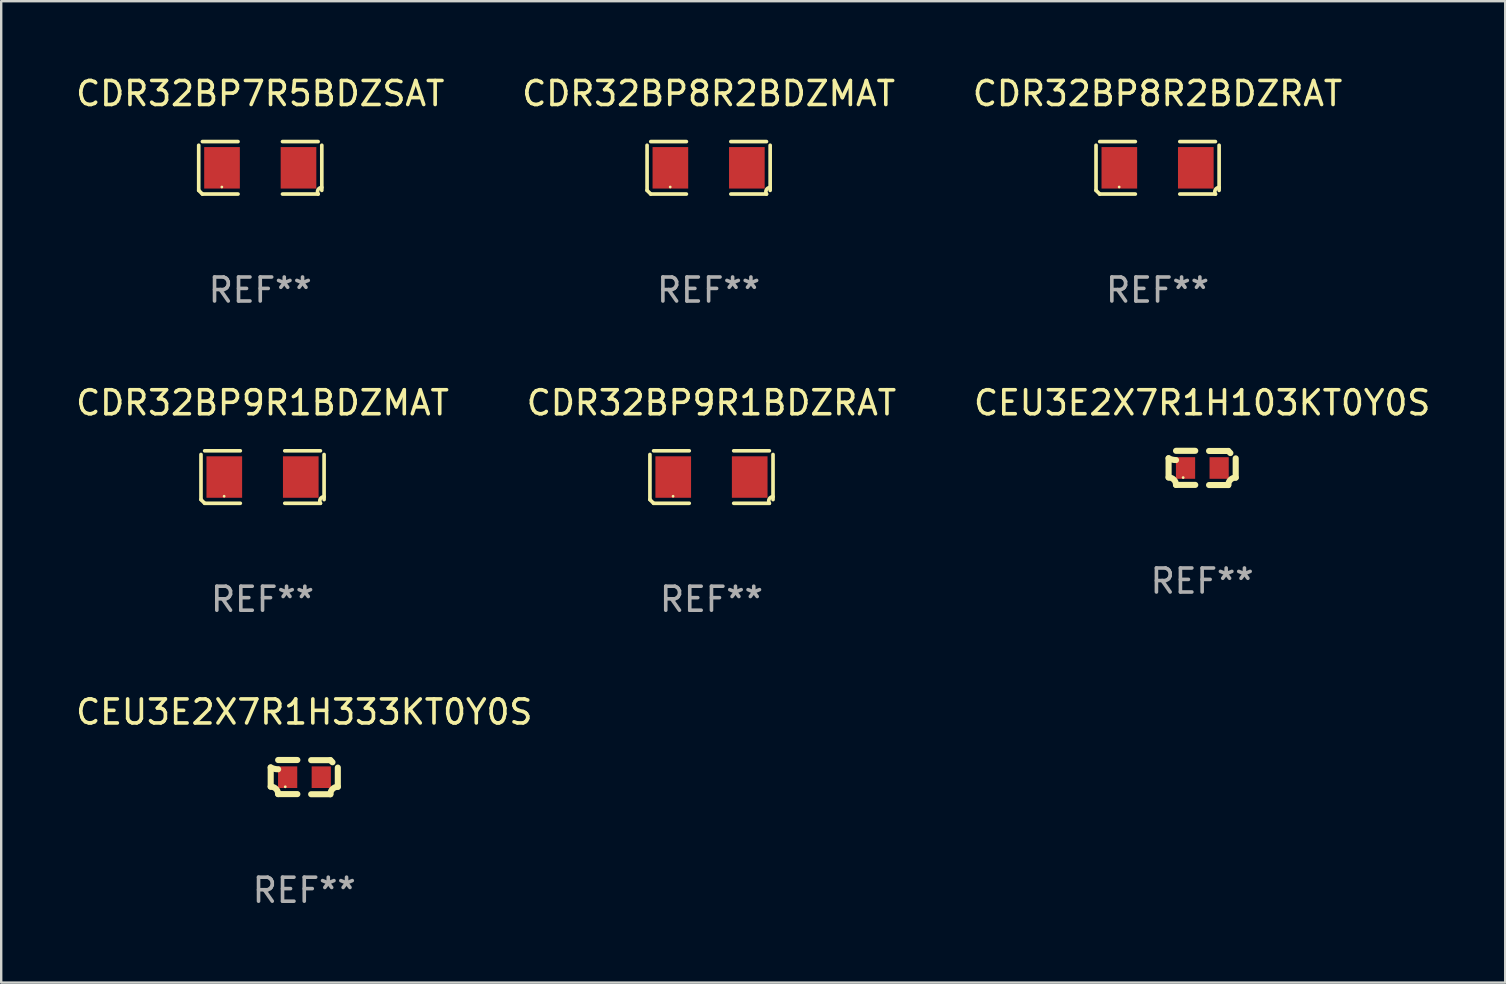
<source format=kicad_pcb>
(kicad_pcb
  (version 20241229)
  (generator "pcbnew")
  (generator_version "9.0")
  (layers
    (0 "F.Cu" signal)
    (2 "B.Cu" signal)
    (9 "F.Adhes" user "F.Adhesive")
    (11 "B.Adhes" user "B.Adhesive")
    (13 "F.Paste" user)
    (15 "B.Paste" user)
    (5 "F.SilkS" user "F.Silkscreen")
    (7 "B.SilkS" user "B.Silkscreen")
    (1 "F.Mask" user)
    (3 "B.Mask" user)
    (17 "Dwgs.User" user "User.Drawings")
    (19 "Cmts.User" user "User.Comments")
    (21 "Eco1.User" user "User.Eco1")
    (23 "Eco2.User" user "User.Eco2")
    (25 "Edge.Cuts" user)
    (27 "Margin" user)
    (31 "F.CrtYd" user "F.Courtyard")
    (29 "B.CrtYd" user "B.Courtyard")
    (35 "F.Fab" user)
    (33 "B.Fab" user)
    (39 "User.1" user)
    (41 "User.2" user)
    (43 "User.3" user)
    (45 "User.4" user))
  (footprint "CDR32BP9R1BDZMAT"
    (layer "F.Cu")
    (at 7.887 16.823)
    (property "Reference" "CDR32BP9R1BDZMAT" (at 0 -3.093 0) (layer "F.SilkS") (effects (font (size 1 1) (thickness 0.15))))
    (attr through_hole)
    (fp_line (start -2.564 0.94) (end -2.564 -0.94) (stroke (width 0.152) (type solid)) (layer "F.SilkS"))
    (fp_line (start -2.411 -1.093) (end -0.926 -1.093) (stroke (width 0.152) (type solid)) (layer "F.SilkS"))
    (fp_line (start -0.926 1.093) (end -2.411 1.093) (stroke (width 0.152) (type solid)) (layer "F.SilkS"))
    (fp_line (start 0.926 1.093) (end 2.411 1.093) (stroke (width 0.152) (type solid)) (layer "F.SilkS"))
    (fp_line (start 2.411 -1.093) (end 0.926 -1.093) (stroke (width 0.152) (type solid)) (layer "F.SilkS"))
    (fp_line (start 2.564 0.94) (end 2.564 -0.94) (stroke (width 0.152) (type solid)) (layer "F.SilkS"))
    (fp_arc (start -2.411201 1.092609) (mid -2.487413 1.01642) (end -2.563602 0.940208) (stroke (width 0.1524) (type solid)) (layer "F.SilkS"))
    (fp_arc (start 2.411201 1.092609) (mid 2.407159 0.911226) (end 2.563602 0.819347) (stroke (width 0.1524) (type solid)) (layer "F.SilkS"))
    (fp_circle (center -1.6 0.8) (end -1.57 0.8) (stroke (width 0.06) (type solid)) (fill no) (layer "F.SilkS"))
    (fp_text user "REF**" (at 0 5.093 0) (layer "F.Fab") (effects (font (size 1 1) (thickness 0.15))))
    (pad "1" smd rect (at -1.593 0) (size 1.485 1.728) (layers "F.Cu" "F.Mask" "F.Paste"))
    (pad "2" smd rect (at 1.593 0) (size 1.485 1.728) (layers "F.Cu" "F.Mask" "F.Paste")))
  (footprint "CEU3E2X7R1H333KT0Y0S"
    (layer "F.Cu")
    (at 9.625 29.324)
    (property "Reference" "CEU3E2X7R1H333KT0Y0S" (at 0 -2.713 0) (layer "F.SilkS") (effects (font (size 1 1) (thickness 0.15))))
    (attr through_hole)
    (fp_line (start -1.398 -0.403) (end -1.398 0.397) (stroke (width 0.254) (type solid)) (layer "F.SilkS"))
    (fp_line (start -0.288 -0.713) (end -1.088 -0.713) (stroke (width 0.254) (type solid)) (layer "F.SilkS"))
    (fp_line (start -0.288 0.707) (end -1.088 0.707) (stroke (width 0.254) (type solid)) (layer "F.SilkS"))
    (fp_line (start 0.288 -0.707) (end 1.088 -0.707) (stroke (width 0.254) (type solid)) (layer "F.SilkS"))
    (fp_line (start 0.288 0.713) (end 1.088 0.713) (stroke (width 0.254) (type solid)) (layer "F.SilkS"))
    (fp_line (start 1.398 -0.397) (end 1.398 0.403) (stroke (width 0.254) (type solid)) (layer "F.SilkS"))
    (fp_arc (start -1.397789 0.397066) (mid -1.178701 0.487826) (end -1.08796 0.706922) (stroke (width 0.254001) (type solid)) (layer "F.SilkS"))
    (fp_arc (start -1.08796 -0.327176) (mid -1.247436 -0.346384) (end -1.39779 -0.402908) (stroke (width 0.254001) (type solid)) (layer "F.SilkS"))
    (fp_arc (start 1.087909 0.712738) (mid 1.178656 0.493655) (end 1.397739 0.402908) (stroke (width 0.254001) (type solid)) (layer "F.SilkS"))
    (fp_arc (start 1.175925 -0.618926) (mid 1.131917 -0.662923) (end 1.08791 -0.706922) (stroke (width 0.254001) (type solid)) (layer "F.SilkS"))
    (fp_circle (center -0.792 0.403) (end -0.762 0.403) (stroke (width 0.06) (type solid)) (fill no) (layer "F.SilkS"))
    (fp_text user "REF**" (at 0 4.713 0) (layer "F.Fab") (effects (font (size 1 1) (thickness 0.15))))
    (pad "1" smd rect (at -0.692 0.003) (size 0.8 0.9) (layers "F.Cu" "F.Mask" "F.Paste"))
    (pad "2" smd rect (at 0.708 0.003) (size 0.8 0.9) (layers "F.Cu" "F.Mask" "F.Paste")))
  (footprint "CDR32BP8R2BDZRAT"
    (layer "F.Cu")
    (at 45.173 3.941)
    (property "Reference" "CDR32BP8R2BDZRAT" (at 0 -3.093 0) (layer "F.SilkS") (effects (font (size 1 1) (thickness 0.15))))
    (attr through_hole)
    (fp_line (start -2.564 0.94) (end -2.564 -0.94) (stroke (width 0.152) (type solid)) (layer "F.SilkS"))
    (fp_line (start -2.411 -1.093) (end -0.926 -1.093) (stroke (width 0.152) (type solid)) (layer "F.SilkS"))
    (fp_line (start -0.926 1.093) (end -2.411 1.093) (stroke (width 0.152) (type solid)) (layer "F.SilkS"))
    (fp_line (start 0.926 1.093) (end 2.411 1.093) (stroke (width 0.152) (type solid)) (layer "F.SilkS"))
    (fp_line (start 2.411 -1.093) (end 0.926 -1.093) (stroke (width 0.152) (type solid)) (layer "F.SilkS"))
    (fp_line (start 2.564 0.94) (end 2.564 -0.94) (stroke (width 0.152) (type solid)) (layer "F.SilkS"))
    (fp_arc (start -2.411201 1.092609) (mid -2.487413 1.01642) (end -2.563602 0.940208) (stroke (width 0.1524) (type solid)) (layer "F.SilkS"))
    (fp_arc (start 2.411201 1.092609) (mid 2.407159 0.911226) (end 2.563602 0.819347) (stroke (width 0.1524) (type solid)) (layer "F.SilkS"))
    (fp_circle (center -1.6 0.8) (end -1.57 0.8) (stroke (width 0.06) (type solid)) (fill no) (layer "F.SilkS"))
    (fp_text user "REF**" (at 0 5.093 0) (layer "F.Fab") (effects (font (size 1 1) (thickness 0.15))))
    (pad "1" smd rect (at -1.593 0) (size 1.485 1.728) (layers "F.Cu" "F.Mask" "F.Paste"))
    (pad "2" smd rect (at 1.593 0) (size 1.485 1.728) (layers "F.Cu" "F.Mask" "F.Paste")))
  (footprint "CEU3E2X7R1H103KT0Y0S"
    (layer "F.Cu")
    (at 47.03 16.443)
    (property "Reference" "CEU3E2X7R1H103KT0Y0S" (at 0 -2.713 0) (layer "F.SilkS") (effects (font (size 1 1) (thickness 0.15))))
    (attr through_hole)
    (fp_line (start -1.398 -0.403) (end -1.398 0.397) (stroke (width 0.254) (type solid)) (layer "F.SilkS"))
    (fp_line (start -0.288 -0.713) (end -1.088 -0.713) (stroke (width 0.254) (type solid)) (layer "F.SilkS"))
    (fp_line (start -0.288 0.707) (end -1.088 0.707) (stroke (width 0.254) (type solid)) (layer "F.SilkS"))
    (fp_line (start 0.288 -0.707) (end 1.088 -0.707) (stroke (width 0.254) (type solid)) (layer "F.SilkS"))
    (fp_line (start 0.288 0.713) (end 1.088 0.713) (stroke (width 0.254) (type solid)) (layer "F.SilkS"))
    (fp_line (start 1.398 -0.397) (end 1.398 0.403) (stroke (width 0.254) (type solid)) (layer "F.SilkS"))
    (fp_arc (start -1.397789 0.397066) (mid -1.178701 0.487826) (end -1.08796 0.706922) (stroke (width 0.254001) (type solid)) (layer "F.SilkS"))
    (fp_arc (start -1.08796 -0.327176) (mid -1.247436 -0.346384) (end -1.39779 -0.402908) (stroke (width 0.254001) (type solid)) (layer "F.SilkS"))
    (fp_arc (start 1.087909 0.712738) (mid 1.178656 0.493655) (end 1.397739 0.402908) (stroke (width 0.254001) (type solid)) (layer "F.SilkS"))
    (fp_arc (start 1.175925 -0.618926) (mid 1.131917 -0.662923) (end 1.08791 -0.706922) (stroke (width 0.254001) (type solid)) (layer "F.SilkS"))
    (fp_circle (center -0.792 0.403) (end -0.762 0.403) (stroke (width 0.06) (type solid)) (fill no) (layer "F.SilkS"))
    (fp_text user "REF**" (at 0 4.713 0) (layer "F.Fab") (effects (font (size 1 1) (thickness 0.15))))
    (pad "1" smd rect (at -0.692 0.003) (size 0.8 0.9) (layers "F.Cu" "F.Mask" "F.Paste"))
    (pad "2" smd rect (at 0.708 0.003) (size 0.8 0.9) (layers "F.Cu" "F.Mask" "F.Paste")))
  (footprint "CDR32BP7R5BDZSAT"
    (layer "F.Cu")
    (at 7.792 3.941)
    (property "Reference" "CDR32BP7R5BDZSAT" (at 0 -3.093 0) (layer "F.SilkS") (effects (font (size 1 1) (thickness 0.15))))
    (attr through_hole)
    (fp_line (start -2.564 0.94) (end -2.564 -0.94) (stroke (width 0.152) (type solid)) (layer "F.SilkS"))
    (fp_line (start -2.411 -1.093) (end -0.926 -1.093) (stroke (width 0.152) (type solid)) (layer "F.SilkS"))
    (fp_line (start -0.926 1.093) (end -2.411 1.093) (stroke (width 0.152) (type solid)) (layer "F.SilkS"))
    (fp_line (start 0.926 1.093) (end 2.411 1.093) (stroke (width 0.152) (type solid)) (layer "F.SilkS"))
    (fp_line (start 2.411 -1.093) (end 0.926 -1.093) (stroke (width 0.152) (type solid)) (layer "F.SilkS"))
    (fp_line (start 2.564 0.94) (end 2.564 -0.94) (stroke (width 0.152) (type solid)) (layer "F.SilkS"))
    (fp_arc (start -2.411201 1.092609) (mid -2.487413 1.01642) (end -2.563602 0.940208) (stroke (width 0.1524) (type solid)) (layer "F.SilkS"))
    (fp_arc (start 2.411201 1.092609) (mid 2.407159 0.911226) (end 2.563602 0.819347) (stroke (width 0.1524) (type solid)) (layer "F.SilkS"))
    (fp_circle (center -1.6 0.8) (end -1.57 0.8) (stroke (width 0.06) (type solid)) (fill no) (layer "F.SilkS"))
    (fp_text user "REF**" (at 0 5.093 0) (layer "F.Fab") (effects (font (size 1 1) (thickness 0.15))))
    (pad "1" smd rect (at -1.593 0) (size 1.485 1.728) (layers "F.Cu" "F.Mask" "F.Paste"))
    (pad "2" smd rect (at 1.593 0) (size 1.485 1.728) (layers "F.Cu" "F.Mask" "F.Paste")))
  (footprint "CDR32BP9R1BDZRAT"
    (layer "F.Cu")
    (at 26.589 16.823)
    (property "Reference" "CDR32BP9R1BDZRAT" (at 0 -3.093 0) (layer "F.SilkS") (effects (font (size 1 1) (thickness 0.15))))
    (attr through_hole)
    (fp_line (start -2.564 0.94) (end -2.564 -0.94) (stroke (width 0.152) (type solid)) (layer "F.SilkS"))
    (fp_line (start -2.411 -1.093) (end -0.926 -1.093) (stroke (width 0.152) (type solid)) (layer "F.SilkS"))
    (fp_line (start -0.926 1.093) (end -2.411 1.093) (stroke (width 0.152) (type solid)) (layer "F.SilkS"))
    (fp_line (start 0.926 1.093) (end 2.411 1.093) (stroke (width 0.152) (type solid)) (layer "F.SilkS"))
    (fp_line (start 2.411 -1.093) (end 0.926 -1.093) (stroke (width 0.152) (type solid)) (layer "F.SilkS"))
    (fp_line (start 2.564 0.94) (end 2.564 -0.94) (stroke (width 0.152) (type solid)) (layer "F.SilkS"))
    (fp_arc (start -2.411201 1.092609) (mid -2.487413 1.01642) (end -2.563602 0.940208) (stroke (width 0.1524) (type solid)) (layer "F.SilkS"))
    (fp_arc (start 2.411201 1.092609) (mid 2.407159 0.911226) (end 2.563602 0.819347) (stroke (width 0.1524) (type solid)) (layer "F.SilkS"))
    (fp_circle (center -1.6 0.8) (end -1.57 0.8) (stroke (width 0.06) (type solid)) (fill no) (layer "F.SilkS"))
    (fp_text user "REF**" (at 0 5.093 0) (layer "F.Fab") (effects (font (size 1 1) (thickness 0.15))))
    (pad "1" smd rect (at -1.593 0) (size 1.485 1.728) (layers "F.Cu" "F.Mask" "F.Paste"))
    (pad "2" smd rect (at 1.593 0) (size 1.485 1.728) (layers "F.Cu" "F.Mask" "F.Paste")))
  (footprint "CDR32BP8R2BDZMAT"
    (layer "F.Cu")
    (at 26.47 3.941)
    (property "Reference" "CDR32BP8R2BDZMAT" (at 0 -3.093 0) (layer "F.SilkS") (effects (font (size 1 1) (thickness 0.15))))
    (attr through_hole)
    (fp_line (start -2.564 0.94) (end -2.564 -0.94) (stroke (width 0.152) (type solid)) (layer "F.SilkS"))
    (fp_line (start -2.411 -1.093) (end -0.926 -1.093) (stroke (width 0.152) (type solid)) (layer "F.SilkS"))
    (fp_line (start -0.926 1.093) (end -2.411 1.093) (stroke (width 0.152) (type solid)) (layer "F.SilkS"))
    (fp_line (start 0.926 1.093) (end 2.411 1.093) (stroke (width 0.152) (type solid)) (layer "F.SilkS"))
    (fp_line (start 2.411 -1.093) (end 0.926 -1.093) (stroke (width 0.152) (type solid)) (layer "F.SilkS"))
    (fp_line (start 2.564 0.94) (end 2.564 -0.94) (stroke (width 0.152) (type solid)) (layer "F.SilkS"))
    (fp_arc (start -2.411201 1.092609) (mid -2.487413 1.01642) (end -2.563602 0.940208) (stroke (width 0.1524) (type solid)) (layer "F.SilkS"))
    (fp_arc (start 2.411201 1.092609) (mid 2.407159 0.911226) (end 2.563602 0.819347) (stroke (width 0.1524) (type solid)) (layer "F.SilkS"))
    (fp_circle (center -1.6 0.8) (end -1.57 0.8) (stroke (width 0.06) (type solid)) (fill no) (layer "F.SilkS"))
    (fp_text user "REF**" (at 0 5.093 0) (layer "F.Fab") (effects (font (size 1 1) (thickness 0.15))))
    (pad "1" smd rect (at -1.593 0) (size 1.485 1.728) (layers "F.Cu" "F.Mask" "F.Paste"))
    (pad "2" smd rect (at 1.593 0) (size 1.485 1.728) (layers "F.Cu" "F.Mask" "F.Paste")))
  (gr_rect
    (start -3 -3)
    (end 59.655 37.885)
    (stroke (width 0.1) (type default))
    (fill no)
    (layer "Edge.Cuts")))
</source>
